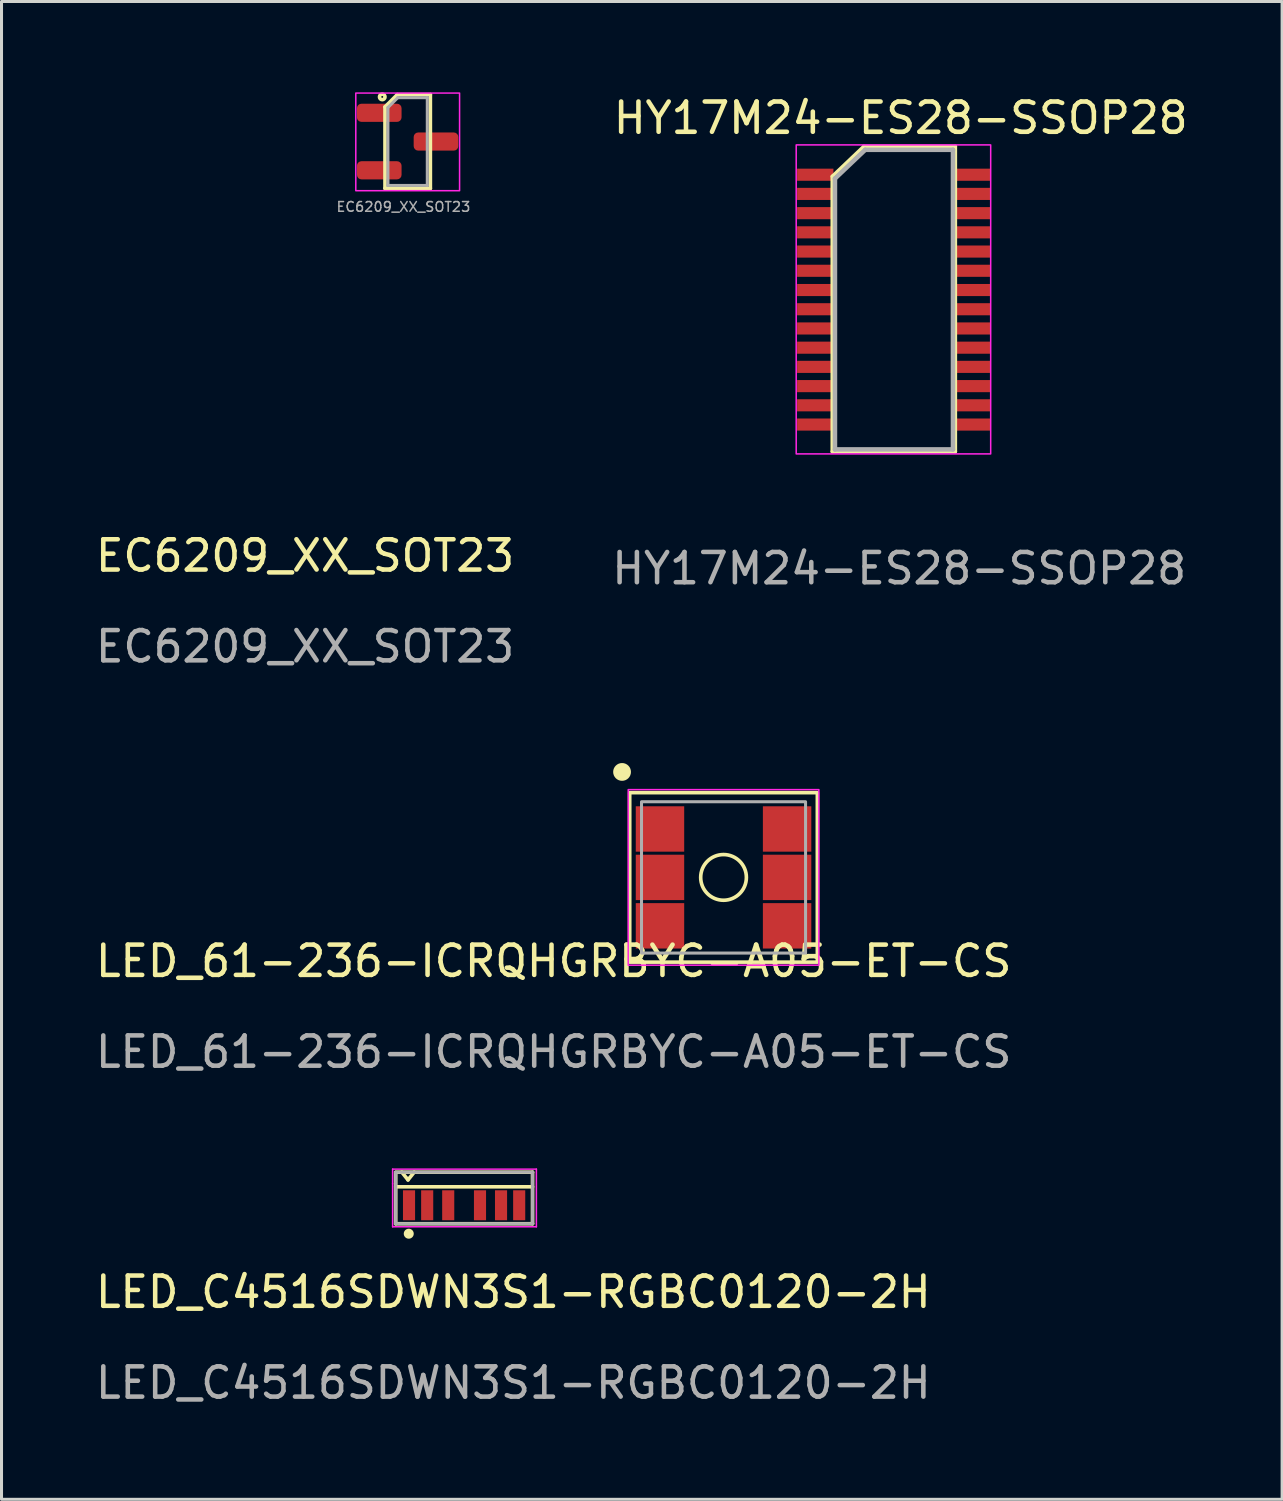
<source format=kicad_pcb>
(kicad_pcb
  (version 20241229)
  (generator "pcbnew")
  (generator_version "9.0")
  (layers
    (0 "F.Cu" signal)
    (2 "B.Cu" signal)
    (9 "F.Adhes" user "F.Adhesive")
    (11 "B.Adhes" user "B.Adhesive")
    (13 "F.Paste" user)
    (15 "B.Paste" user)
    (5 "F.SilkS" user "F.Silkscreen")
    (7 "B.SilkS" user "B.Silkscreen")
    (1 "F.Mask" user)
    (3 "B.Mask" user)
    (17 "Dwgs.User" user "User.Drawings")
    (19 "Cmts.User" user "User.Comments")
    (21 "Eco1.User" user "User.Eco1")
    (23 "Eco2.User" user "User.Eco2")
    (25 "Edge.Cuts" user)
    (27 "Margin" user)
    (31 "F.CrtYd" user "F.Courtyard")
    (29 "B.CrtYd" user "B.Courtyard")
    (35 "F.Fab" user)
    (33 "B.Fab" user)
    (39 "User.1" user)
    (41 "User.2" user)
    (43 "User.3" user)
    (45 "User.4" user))
  (footprint "LED_C4516SDWN3S1-RGBC0120-2H"
    (layer "F.Cu")
    (at 12.285 36.774)
    (property "Reference" "LED_C4516SDWN3S1-RGBC0120-2H" (at 1.626 2.867 0) (unlocked yes) (layer "F.SilkS") (effects (font (size 1 1) (thickness 0.15))))
    (attr smd)
    (fp_line (start -2.261 -1.067) (end -2.261 0.61) (stroke (width 0.12) (type solid)) (layer "F.SilkS"))
    (fp_line (start -2.261 -0.61) (end 2.261 -0.61) (stroke (width 0.12) (type solid)) (layer "F.SilkS"))
    (fp_line (start -2.261 0.61) (end 2.261 0.61) (stroke (width 0.12) (type solid)) (layer "F.SilkS"))
    (fp_line (start -2.057 -1.092) (end -1.854 -0.838) (stroke (width 0.12) (type solid)) (layer "F.SilkS"))
    (fp_line (start -1.854 -0.838) (end -1.651 -1.092) (stroke (width 0.12) (type solid)) (layer "F.SilkS"))
    (fp_line (start 2.261 -1.092) (end -2.261 -1.092) (stroke (width 0.12) (type solid)) (layer "F.SilkS"))
    (fp_line (start 2.261 0.61) (end 2.261 -1.092) (stroke (width 0.12) (type solid)) (layer "F.SilkS"))
    (fp_circle (center -1.829 0.94) (end -1.724 0.94) (stroke (width 0.12) (type solid)) (fill yes) (layer "F.SilkS"))
    (fp_line (start -2.362 -1.194) (end -2.362 -0.711) (stroke (width 0.05) (type solid)) (layer "F.CrtYd"))
    (fp_line (start -2.362 -0.711) (end -2.362 0.711) (stroke (width 0.05) (type solid)) (layer "F.CrtYd"))
    (fp_line (start -2.362 0.711) (end 2.388 0.711) (stroke (width 0.05) (type solid)) (layer "F.CrtYd"))
    (fp_line (start 2.388 -1.194) (end -2.362 -1.194) (stroke (width 0.05) (type solid)) (layer "F.CrtYd"))
    (fp_line (start 2.388 0.711) (end 2.388 -1.194) (stroke (width 0.05) (type solid)) (layer "F.CrtYd"))
    (fp_line (start -2.261 -1.092) (end -2.261 0.61) (stroke (width 0.1) (type solid)) (layer "F.Fab"))
    (fp_line (start -2.261 0.61) (end 2.261 0.61) (stroke (width 0.1) (type solid)) (layer "F.Fab"))
    (fp_line (start 2.261 -1.092) (end -2.261 -1.092) (stroke (width 0.1) (type solid)) (layer "F.Fab"))
    (fp_line (start 2.261 0.61) (end 2.261 -1.092) (stroke (width 0.1) (type solid)) (layer "F.Fab"))
    (fp_text user "${REFERENCE}" (at 1.626 5.867 0) (unlocked yes) (layer "F.Fab") (effects (font (size 1 1) (thickness 0.15))))
    (pad "1" smd rect (at -1.82 0) (size 0.4 0.99) (layers "F.Cu" "F.Mask" "F.Paste"))
    (pad "2" smd rect (at -1.22 0) (size 0.4 0.99) (layers "F.Cu" "F.Mask" "F.Paste"))
    (pad "3" smd rect (at -0.525 0) (size 0.4 0.99) (layers "F.Cu" "F.Mask" "F.Paste"))
    (pad "4" smd rect (at 0.525 0) (size 0.4 0.99) (layers "F.Cu" "F.Mask" "F.Paste"))
    (pad "5" smd rect (at 1.22 0) (size 0.4 0.99) (layers "F.Cu" "F.Mask" "F.Paste"))
    (pad "6" smd rect (at 1.82 0) (size 0.4 0.99) (layers "F.Cu" "F.Mask" "F.Paste")))
  (footprint "EC6209_XX_SOT23"
    (layer "F.Cu")
    (at 9.519 4.902)
    (property "Reference" "EC6209_XX_SOT23" (at -2.489 10.411 0) (unlocked yes) (layer "F.SilkS") (effects (font (size 1 1) (thickness 0.15))))
    (attr smd)
    (fp_line (start 0.152 -4.42) (end 0.152 -1.727) (stroke (width 0.12) (type solid)) (layer "F.SilkS"))
    (fp_line (start 0.559 -4.826) (end 0.152 -4.42) (stroke (width 0.12) (type solid)) (layer "F.SilkS"))
    (fp_line (start 0.559 -4.826) (end 1.651 -4.826) (stroke (width 0.12) (type solid)) (layer "F.SilkS"))
    (fp_line (start 1.651 -4.826) (end 1.651 -1.727) (stroke (width 0.12) (type solid)) (layer "F.SilkS"))
    (fp_line (start 1.651 -1.727) (end 0.152 -1.727) (stroke (width 0.12) (type solid)) (layer "F.SilkS"))
    (fp_circle (center 0.061 -4.75) (end 0.01 -4.826) (stroke (width 0.12) (type solid)) (fill no) (layer "F.SilkS"))
    (fp_rect (start -0.813 -4.877) (end 2.616 -1.651) (stroke (width 0.05) (type default)) (fill no) (layer "F.CrtYd"))
    (fp_line (start 0.249 -4.4) (end 0.574 -4.725) (stroke (width 0.1) (type solid)) (layer "F.Fab"))
    (fp_line (start 0.249 -1.825) (end 0.249 -4.4) (stroke (width 0.1) (type solid)) (layer "F.Fab"))
    (fp_line (start 0.574 -4.725) (end 1.549 -4.725) (stroke (width 0.1) (type solid)) (layer "F.Fab"))
    (fp_line (start 1.549 -4.725) (end 1.549 -1.825) (stroke (width 0.1) (type solid)) (layer "F.Fab"))
    (fp_line (start 1.549 -1.825) (end 0.249 -1.825) (stroke (width 0.1) (type solid)) (layer "F.Fab"))
    (fp_text user "${REFERENCE}" (at 0.762 -1.118 0) (layer "F.Fab") (effects (font (size 0.32 0.32) (thickness 0.05))))
    (fp_text user "${REFERENCE}" (at -2.489 13.411 0) (unlocked yes) (layer "F.Fab") (effects (font (size 1 1) (thickness 0.15))))
    (pad "1" smd roundrect (at -0.038 -4.225) (size 1.475 0.6) (layers "F.Cu" "F.Mask" "F.Paste") (roundrect_rratio 0.25))
    (pad "2" smd roundrect (at -0.038 -2.325) (size 1.475 0.6) (layers "F.Cu" "F.Mask" "F.Paste") (roundrect_rratio 0.25))
    (pad "3" smd roundrect (at 1.837 -3.275) (size 1.475 0.6) (layers "F.Cu" "F.Mask" "F.Paste") (roundrect_rratio 0.25)))
  (footprint "LED_61-236-ICRQHGRBYC-A05-ET-CS"
    (layer "F.Cu")
    (at 20.857 25.941)
    (property "Reference" "LED_61-236-ICRQHGRBYC-A05-ET-CS" (at -5.613 2.766 0) (unlocked yes) (layer "F.SilkS") (effects (font (size 1 1) (thickness 0.15))))
    (attr smd)
    (fp_rect (start -3.1 -2.8) (end 3.1 2.8) (stroke (width 0.12) (type solid)) (fill no) (layer "F.SilkS"))
    (fp_circle (center -3.353 -3.485) (end -3.119 -3.485) (stroke (width 0.12) (type solid)) (fill yes) (layer "F.SilkS"))
    (fp_circle (center 0 0) (end 0.755 0) (stroke (width 0.12) (type solid)) (fill no) (layer "F.SilkS"))
    (fp_rect (start -3.15 -2.9) (end 3.15 2.9) (stroke (width 0.05) (type solid)) (fill no) (layer "F.CrtYd"))
    (fp_rect (start -2.71 -2.5) (end 2.71 2.5) (stroke (width 0.1) (type solid)) (fill no) (layer "F.Fab"))
    (fp_text user "${REFERENCE}" (at -5.613 5.766 0) (unlocked yes) (layer "F.Fab") (effects (font (size 1 1) (thickness 0.15))))
    (pad "1" smd rect (at -2.1 -1.6) (size 1.6 1.5) (layers "F.Cu" "F.Mask" "F.Paste"))
    (pad "2" smd rect (at -2.1 0) (size 1.6 1.5) (layers "F.Cu" "F.Mask" "F.Paste"))
    (pad "3" smd rect (at -2.1 1.6) (size 1.6 1.5) (layers "F.Cu" "F.Mask" "F.Paste"))
    (pad "4" smd rect (at 2.1 -1.6) (size 1.6 1.5) (layers "F.Cu" "F.Mask" "F.Paste"))
    (pad "5" smd rect (at 2.1 0) (size 1.6 1.5) (layers "F.Cu" "F.Mask" "F.Paste"))
    (pad "6" smd rect (at 2.1 1.6) (size 1.6 1.5) (layers "F.Cu" "F.Mask" "F.Paste")))
  (footprint "HY17M24-ES28-SSOP28"
    (layer "F.Cu")
    (at 26.458 6.843)
    (property "Reference" "HY17M24-ES28-SSOP28" (at 0.254 -5.994 0) (unlocked yes) (layer "F.SilkS") (effects (font (size 1 1) (thickness 0.15))))
    (attr smd)
    (fp_line (start -2.007 -4.064) (end -2.007 5.029) (stroke (width 0.12) (type solid)) (layer "F.SilkS"))
    (fp_line (start -2.007 5.029) (end 2.057 5.029) (stroke (width 0.12) (type solid)) (layer "F.SilkS"))
    (fp_line (start -0.965 -5.055) (end -2.007 -4.064) (stroke (width 0.12) (type solid)) (layer "F.SilkS"))
    (fp_line (start 2.057 -5.055) (end -0.965 -5.055) (stroke (width 0.12) (type solid)) (layer "F.SilkS"))
    (fp_line (start 2.057 5.029) (end 2.057 -5.055) (stroke (width 0.12) (type solid)) (layer "F.SilkS"))
    (fp_rect (start -3.2 -5.105) (end 3.226 5.105) (stroke (width 0.05) (type default)) (fill no) (layer "F.CrtYd"))
    (fp_line (start -1.92 -3.993) (end -0.92 -4.943) (stroke (width 0.15) (type solid)) (layer "F.Fab"))
    (fp_line (start -1.92 4.957) (end -1.92 -3.993) (stroke (width 0.15) (type solid)) (layer "F.Fab"))
    (fp_line (start -0.92 -4.943) (end 1.98 -4.943) (stroke (width 0.15) (type solid)) (layer "F.Fab"))
    (fp_line (start 1.98 -4.943) (end 1.98 4.957) (stroke (width 0.15) (type solid)) (layer "F.Fab"))
    (fp_line (start 1.98 4.957) (end -1.92 4.957) (stroke (width 0.15) (type solid)) (layer "F.Fab"))
    (fp_text user "${REFERENCE}" (at 0.203 8.89 0) (unlocked yes) (layer "F.Fab") (effects (font (size 1 1) (thickness 0.15))))
    (pad "1" smd rect (at -2.57 -4.12) (size 1.2 0.4) (layers "F.Cu" "F.Mask" "F.Paste"))
    (pad "2" smd rect (at -2.57 -3.486) (size 1.2 0.4) (layers "F.Cu" "F.Mask" "F.Paste"))
    (pad "3" smd rect (at -2.57 -2.85) (size 1.2 0.4) (layers "F.Cu" "F.Mask" "F.Paste"))
    (pad "4" smd rect (at -2.57 -2.216) (size 1.2 0.4) (layers "F.Cu" "F.Mask" "F.Paste"))
    (pad "5" smd rect (at -2.57 -1.581) (size 1.2 0.4) (layers "F.Cu" "F.Mask" "F.Paste"))
    (pad "6" smd rect (at -2.57 -0.946) (size 1.2 0.4) (layers "F.Cu" "F.Mask" "F.Paste"))
    (pad "7" smd rect (at -2.57 -0.31) (size 1.2 0.4) (layers "F.Cu" "F.Mask" "F.Paste"))
    (pad "8" smd rect (at -2.57 0.325) (size 1.2 0.4) (layers "F.Cu" "F.Mask" "F.Paste"))
    (pad "9" smd rect (at -2.57 0.96) (size 1.2 0.4) (layers "F.Cu" "F.Mask" "F.Paste"))
    (pad "10" smd rect (at -2.57 1.595) (size 1.2 0.4) (layers "F.Cu" "F.Mask" "F.Paste"))
    (pad "11" smd rect (at -2.57 2.229) (size 1.2 0.4) (layers "F.Cu" "F.Mask" "F.Paste"))
    (pad "12" smd rect (at -2.57 2.865) (size 1.2 0.4) (layers "F.Cu" "F.Mask" "F.Paste"))
    (pad "13" smd rect (at -2.57 3.499) (size 1.2 0.4) (layers "F.Cu" "F.Mask" "F.Paste"))
    (pad "14" smd rect (at -2.57 4.135) (size 1.2 0.4) (layers "F.Cu" "F.Mask" "F.Paste"))
    (pad "15" smd rect (at 2.63 4.135) (size 1.2 0.4) (layers "F.Cu" "F.Mask" "F.Paste"))
    (pad "16" smd rect (at 2.63 3.499) (size 1.2 0.4) (layers "F.Cu" "F.Mask" "F.Paste"))
    (pad "17" smd rect (at 2.63 2.865) (size 1.2 0.4) (layers "F.Cu" "F.Mask" "F.Paste"))
    (pad "18" smd rect (at 2.63 2.229) (size 1.2 0.4) (layers "F.Cu" "F.Mask" "F.Paste"))
    (pad "19" smd rect (at 2.63 1.595) (size 1.2 0.4) (layers "F.Cu" "F.Mask" "F.Paste"))
    (pad "20" smd rect (at 2.63 0.96) (size 1.2 0.4) (layers "F.Cu" "F.Mask" "F.Paste"))
    (pad "21" smd rect (at 2.63 0.325) (size 1.2 0.4) (layers "F.Cu" "F.Mask" "F.Paste"))
    (pad "22" smd rect (at 2.63 -0.31) (size 1.2 0.4) (layers "F.Cu" "F.Mask" "F.Paste"))
    (pad "23" smd rect (at 2.63 -0.946) (size 1.2 0.4) (layers "F.Cu" "F.Mask" "F.Paste"))
    (pad "24" smd rect (at 2.63 -1.581) (size 1.2 0.4) (layers "F.Cu" "F.Mask" "F.Paste"))
    (pad "25" smd rect (at 2.63 -2.216) (size 1.2 0.4) (layers "F.Cu" "F.Mask" "F.Paste"))
    (pad "26" smd rect (at 2.63 -2.85) (size 1.2 0.4) (layers "F.Cu" "F.Mask" "F.Paste"))
    (pad "27" smd rect (at 2.63 -3.486) (size 1.2 0.4) (layers "F.Cu" "F.Mask" "F.Paste"))
    (pad "28" smd rect (at 2.63 -4.12) (size 1.2 0.4) (layers "F.Cu" "F.Mask" "F.Paste")))
  (gr_rect
    (start -3 -3)
    (end 39.313 46.489)
    (stroke (width 0.1) (type default))
    (fill no)
    (layer "Edge.Cuts")))
</source>
